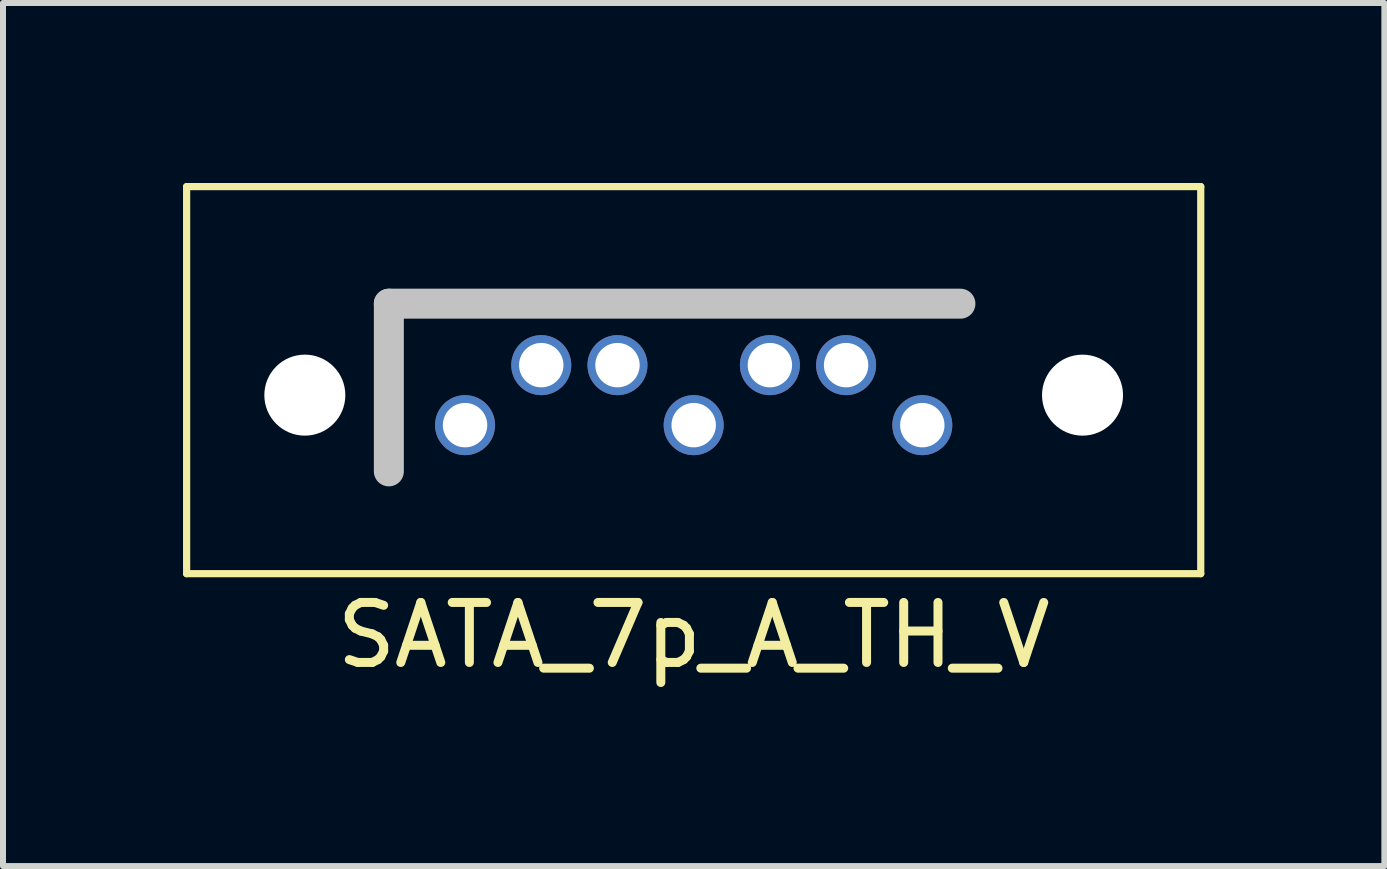
<source format=kicad_pcb>
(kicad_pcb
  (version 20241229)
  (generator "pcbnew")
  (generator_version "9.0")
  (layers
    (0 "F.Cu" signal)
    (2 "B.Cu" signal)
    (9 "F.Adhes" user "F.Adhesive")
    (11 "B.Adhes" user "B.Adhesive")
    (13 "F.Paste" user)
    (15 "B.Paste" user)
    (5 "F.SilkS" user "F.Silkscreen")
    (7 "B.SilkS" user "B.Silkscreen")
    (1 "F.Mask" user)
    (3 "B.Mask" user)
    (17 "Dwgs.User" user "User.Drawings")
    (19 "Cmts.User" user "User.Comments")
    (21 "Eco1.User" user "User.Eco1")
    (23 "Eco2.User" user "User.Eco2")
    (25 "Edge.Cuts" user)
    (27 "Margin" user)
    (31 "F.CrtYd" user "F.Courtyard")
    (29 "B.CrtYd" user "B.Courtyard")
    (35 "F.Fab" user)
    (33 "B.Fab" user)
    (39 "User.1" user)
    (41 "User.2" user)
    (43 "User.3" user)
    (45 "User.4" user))
  (footprint "SATA_7p_A_TH_V"
    (layer "F.Cu")
    (at 8.51 3.535)
    (property "Reference" "SATA_7p_A_TH_V" (at 0 4 0) (layer "F.SilkS") (effects (font (size 1 1) (thickness 0.15))))
    (attr through_hole)
    (fp_line (start -8.45 -3.475) (end -8.45 2.975) (stroke (width 0.12) (type solid)) (layer "F.SilkS"))
    (fp_line (start -8.45 -3.475) (end 8.45 -3.475) (stroke (width 0.12) (type solid)) (layer "F.SilkS"))
    (fp_line (start -8.45 2.975) (end 8.45 2.975) (stroke (width 0.12) (type solid)) (layer "F.SilkS"))
    (fp_line (start 8.45 2.975) (end 8.45 -3.475) (stroke (width 0.12) (type solid)) (layer "F.SilkS"))
    (fp_line (start -5.08 -1.524) (end 4.445 -1.524) (stroke (width 0.5) (type solid)) (layer "Dwgs.User"))
    (fp_line (start -5.08 1.27) (end -5.08 -1.524) (stroke (width 0.5) (type solid)) (layer "Dwgs.User"))
    (pad "" np_thru_hole circle (at -6.48 0) (size 1.35 1.35) (drill 1.35) (layers "*.Cu" "*.Mask"))
    (pad "" np_thru_hole circle (at 6.48 0) (size 1.35 1.35) (drill 1.35) (layers "*.Cu" "*.Mask"))
    (pad "1" thru_hole circle (at 3.81 0.5) (size 1 1) (drill 0.74) (layers "*.Cu" "*.Mask"))
    (pad "2" thru_hole circle (at 2.54 -0.5) (size 1 1) (drill 0.74) (layers "*.Cu" "*.Mask"))
    (pad "3" thru_hole circle (at 1.27 -0.5) (size 1 1) (drill 0.74) (layers "*.Cu" "*.Mask"))
    (pad "4" thru_hole circle (at 0 0.5) (size 1 1) (drill 0.74) (layers "*.Cu" "*.Mask"))
    (pad "5" thru_hole circle (at -1.27 -0.5) (size 1 1) (drill 0.74) (layers "*.Cu" "*.Mask"))
    (pad "6" thru_hole circle (at -2.54 -0.5) (size 1 1) (drill 0.74) (layers "*.Cu" "*.Mask"))
    (pad "7" thru_hole circle (at -3.81 0.5) (size 1 1) (drill 0.74) (layers "*.Cu" "*.Mask")))
  (gr_rect
    (start -3 -3)
    (end 20.02 11.383)
    (stroke (width 0.1) (type default))
    (fill no)
    (layer "Edge.Cuts")))
</source>
